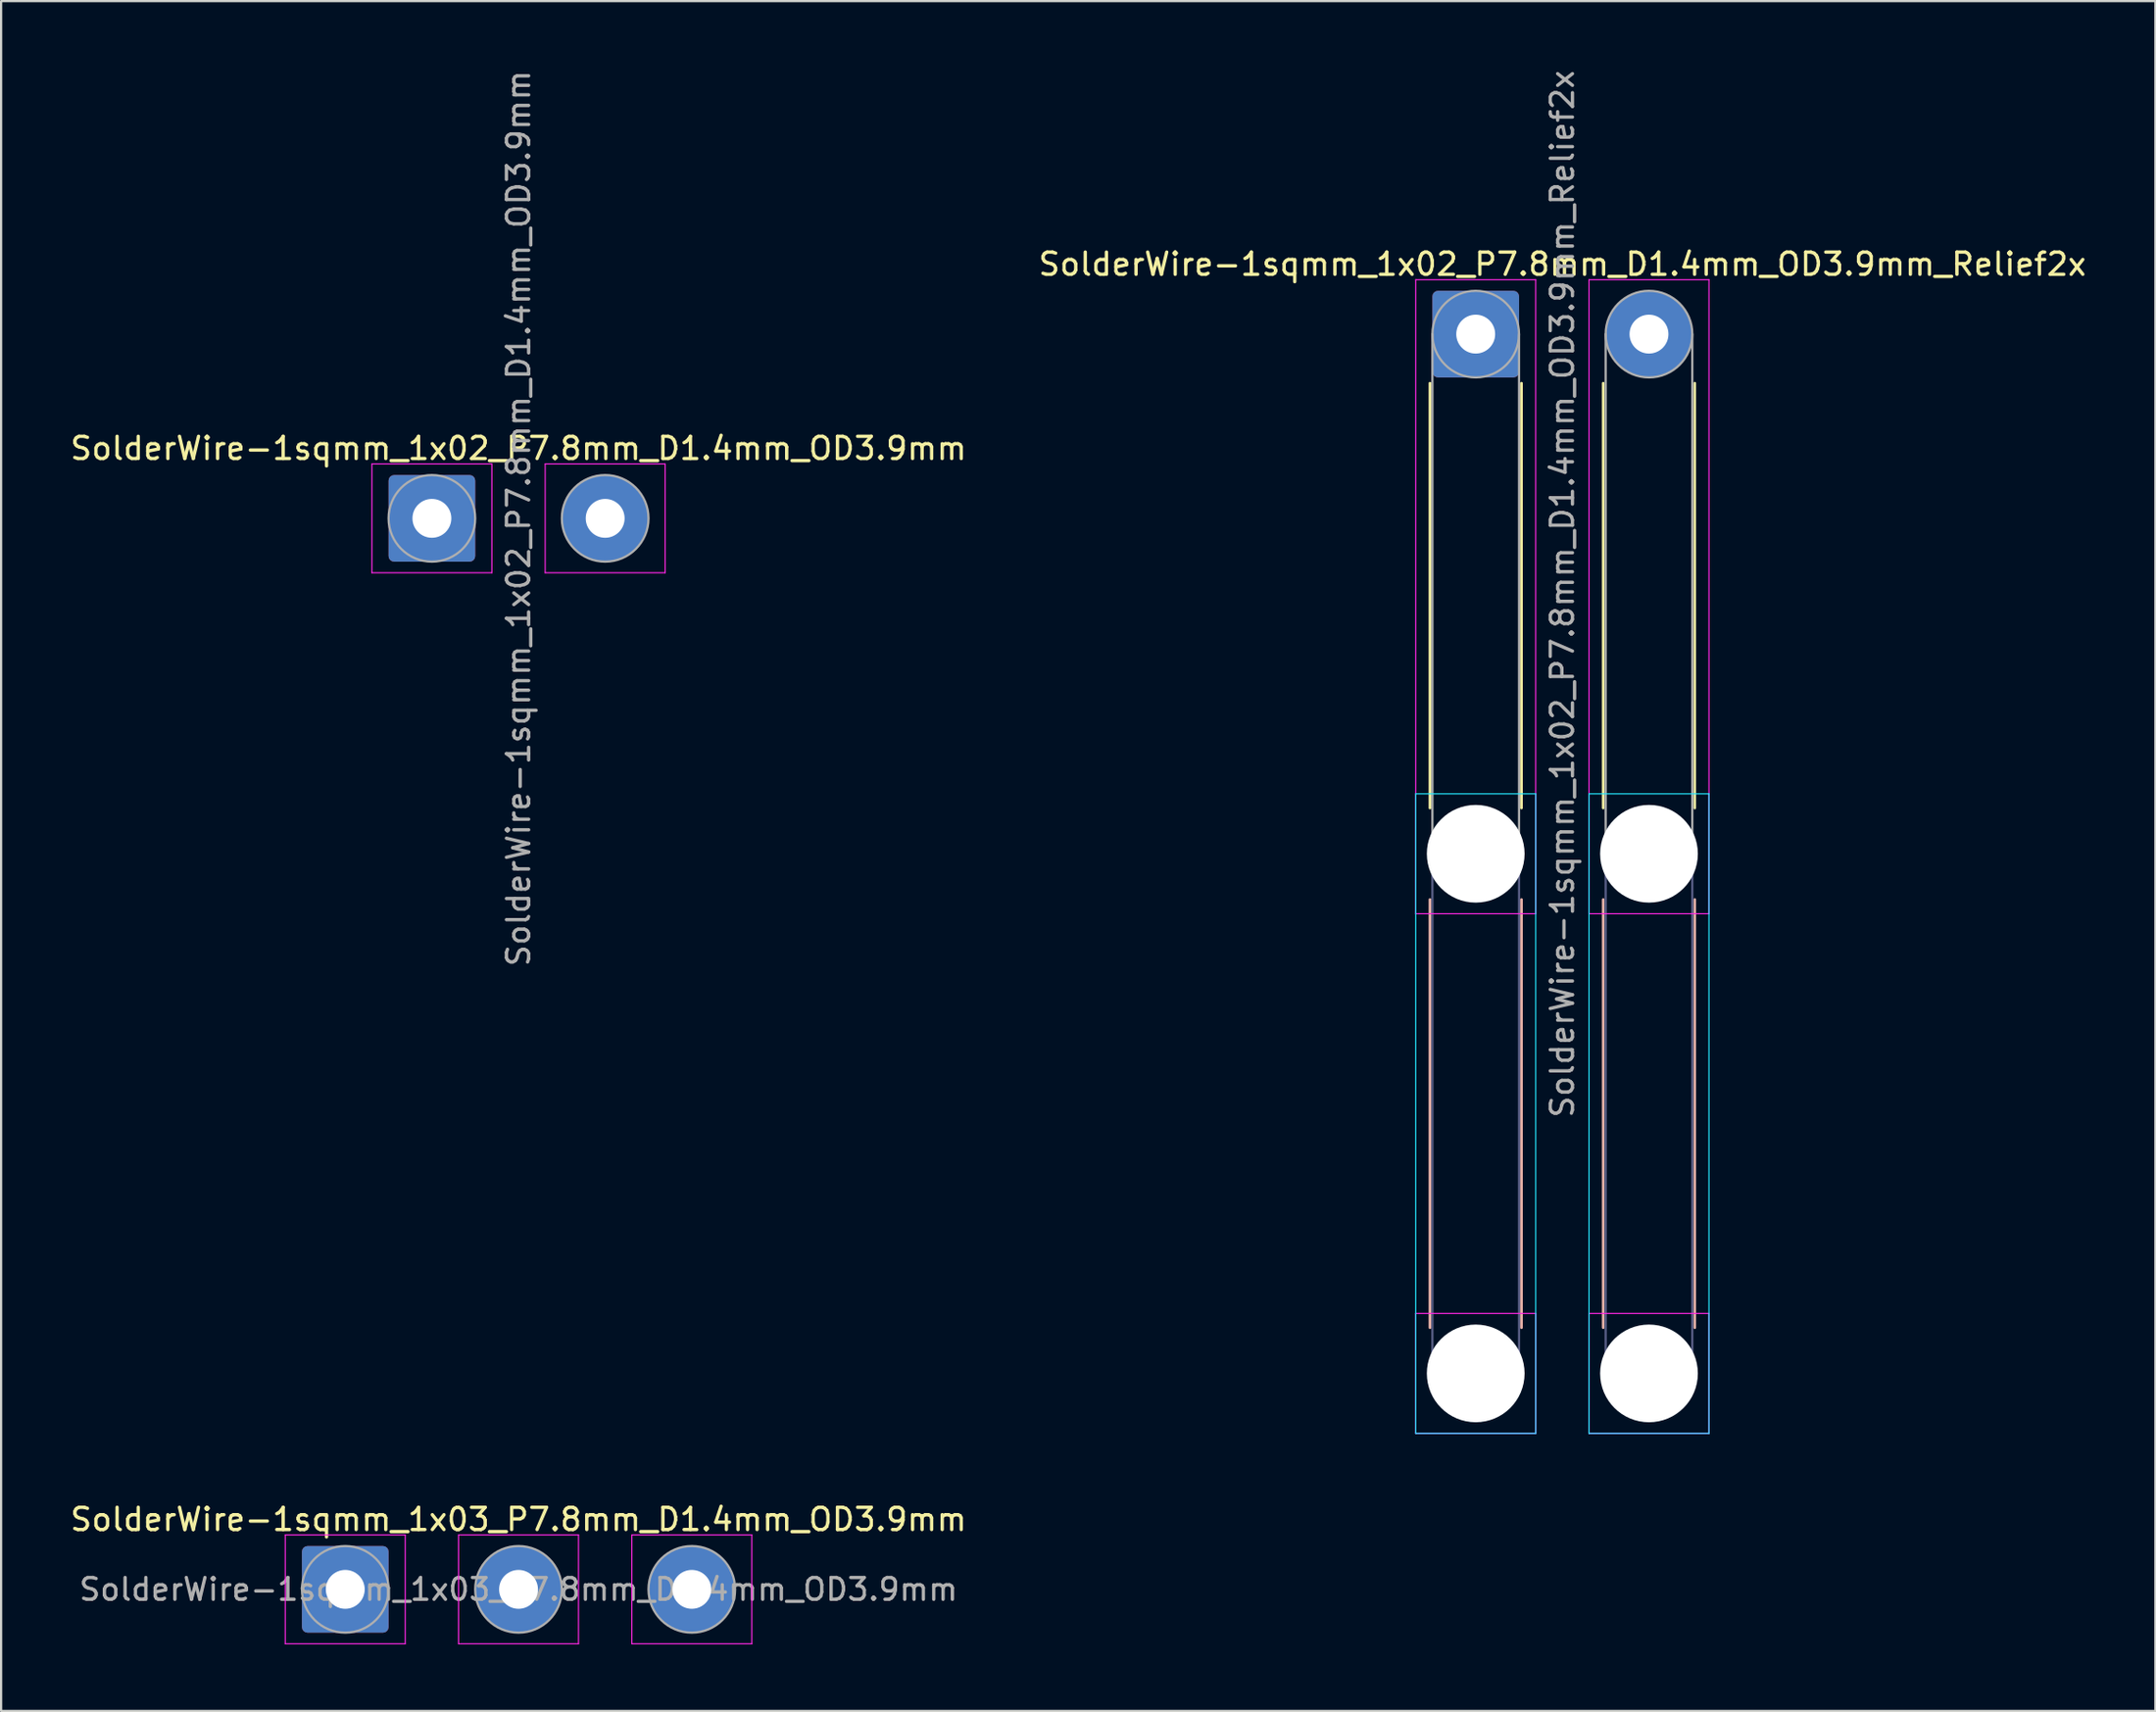
<source format=kicad_pcb>
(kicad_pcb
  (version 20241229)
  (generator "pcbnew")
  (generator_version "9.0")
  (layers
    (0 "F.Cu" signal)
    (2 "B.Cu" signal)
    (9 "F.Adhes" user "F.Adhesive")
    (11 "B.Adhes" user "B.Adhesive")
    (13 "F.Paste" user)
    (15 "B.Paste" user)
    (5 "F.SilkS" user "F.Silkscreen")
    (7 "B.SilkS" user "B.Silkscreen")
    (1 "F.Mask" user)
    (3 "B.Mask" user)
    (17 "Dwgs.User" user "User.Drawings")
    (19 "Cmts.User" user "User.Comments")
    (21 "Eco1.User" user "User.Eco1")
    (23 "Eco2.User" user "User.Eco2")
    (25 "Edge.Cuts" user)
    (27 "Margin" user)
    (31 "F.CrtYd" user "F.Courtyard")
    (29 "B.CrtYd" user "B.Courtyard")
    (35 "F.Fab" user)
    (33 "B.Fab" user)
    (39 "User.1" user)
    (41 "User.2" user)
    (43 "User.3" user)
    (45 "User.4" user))
  (footprint "SolderWire-1sqmm_1x03_P7.8mm_D1.4mm_OD3.9mm"
    (layer "F.Cu")
    (at 12.492 68.52)
    (property "Reference" "SolderWire-1sqmm_1x03_P7.8mm_D1.4mm_OD3.9mm" (at 7.8 -3.15 0) (layer "F.SilkS") (effects (font (size 1 1) (thickness 0.15))))
    (attr exclude_from_pos_files exclude_from_bom)
    (fp_line (start -2.7 -2.45) (end -2.7 2.45) (stroke (width 0.05) (type solid)) (layer "F.CrtYd"))
    (fp_line (start -2.7 2.45) (end 2.7 2.45) (stroke (width 0.05) (type solid)) (layer "F.CrtYd"))
    (fp_line (start 2.7 -2.45) (end -2.7 -2.45) (stroke (width 0.05) (type solid)) (layer "F.CrtYd"))
    (fp_line (start 2.7 2.45) (end 2.7 -2.45) (stroke (width 0.05) (type solid)) (layer "F.CrtYd"))
    (fp_line (start 5.1 -2.45) (end 5.1 2.45) (stroke (width 0.05) (type solid)) (layer "F.CrtYd"))
    (fp_line (start 5.1 2.45) (end 10.5 2.45) (stroke (width 0.05) (type solid)) (layer "F.CrtYd"))
    (fp_line (start 10.5 -2.45) (end 5.1 -2.45) (stroke (width 0.05) (type solid)) (layer "F.CrtYd"))
    (fp_line (start 10.5 2.45) (end 10.5 -2.45) (stroke (width 0.05) (type solid)) (layer "F.CrtYd"))
    (fp_line (start 12.9 -2.45) (end 12.9 2.45) (stroke (width 0.05) (type solid)) (layer "F.CrtYd"))
    (fp_line (start 12.9 2.45) (end 18.3 2.45) (stroke (width 0.05) (type solid)) (layer "F.CrtYd"))
    (fp_line (start 18.3 -2.45) (end 12.9 -2.45) (stroke (width 0.05) (type solid)) (layer "F.CrtYd"))
    (fp_line (start 18.3 2.45) (end 18.3 -2.45) (stroke (width 0.05) (type solid)) (layer "F.CrtYd"))
    (fp_circle (center 0 0) (end 1.95 0) (stroke (width 0.1) (type solid)) (fill no) (layer "F.Fab"))
    (fp_circle (center 7.8 0) (end 9.75 0) (stroke (width 0.1) (type solid)) (fill no) (layer "F.Fab"))
    (fp_circle (center 15.6 0) (end 17.55 0) (stroke (width 0.1) (type solid)) (fill no) (layer "F.Fab"))
    (fp_text user "${REFERENCE}" (at 7.8 0 0) (layer "F.Fab") (effects (font (size 0.98 0.98) (thickness 0.15))))
    (pad "1" thru_hole roundrect (at 0 0) (size 3.9 3.9) (drill 1.75) (layers "*.Cu" "*.Mask") (roundrect_rratio 0.064))
    (pad "2" thru_hole circle (at 7.8 0) (size 3.9 3.9) (drill 1.75) (layers "*.Cu" "*.Mask"))
    (pad "3" thru_hole circle (at 15.6 0) (size 3.9 3.9) (drill 1.75) (layers "*.Cu" "*.Mask")))
  (footprint "SolderWire-1sqmm_1x02_P7.8mm_D1.4mm_OD3.9mm_Relief2x"
    (layer "F.Cu")
    (at 63.38 11.996)
    (property "Reference" "SolderWire-1sqmm_1x02_P7.8mm_D1.4mm_OD3.9mm_Relief2x" (at 3.9 -3.15 0) (layer "F.SilkS") (effects (font (size 1 1) (thickness 0.15))))
    (attr exclude_from_pos_files exclude_from_bom)
    (fp_line (start -2.06 2.21) (end -2.06 21.34) (stroke (width 0.12) (type solid)) (layer "F.SilkS"))
    (fp_line (start 2.06 2.21) (end 2.06 21.34) (stroke (width 0.12) (type solid)) (layer "F.SilkS"))
    (fp_line (start 5.74 2.21) (end 5.74 21.34) (stroke (width 0.12) (type solid)) (layer "F.SilkS"))
    (fp_line (start 9.86 2.21) (end 9.86 21.34) (stroke (width 0.12) (type solid)) (layer "F.SilkS"))
    (fp_line (start -2.06 25.46) (end -2.06 44.74) (stroke (width 0.12) (type solid)) (layer "B.SilkS"))
    (fp_line (start 2.06 25.46) (end 2.06 44.74) (stroke (width 0.12) (type solid)) (layer "B.SilkS"))
    (fp_line (start 5.74 25.46) (end 5.74 44.74) (stroke (width 0.12) (type solid)) (layer "B.SilkS"))
    (fp_line (start 9.86 25.46) (end 9.86 44.74) (stroke (width 0.12) (type solid)) (layer "B.SilkS"))
    (fp_line (start -2.7 20.7) (end -2.7 49.5) (stroke (width 0.05) (type solid)) (layer "B.CrtYd"))
    (fp_line (start -2.7 49.5) (end 2.7 49.5) (stroke (width 0.05) (type solid)) (layer "B.CrtYd"))
    (fp_line (start 2.7 20.7) (end -2.7 20.7) (stroke (width 0.05) (type solid)) (layer "B.CrtYd"))
    (fp_line (start 2.7 49.5) (end 2.7 20.7) (stroke (width 0.05) (type solid)) (layer "B.CrtYd"))
    (fp_line (start 5.1 20.7) (end 5.1 49.5) (stroke (width 0.05) (type solid)) (layer "B.CrtYd"))
    (fp_line (start 5.1 49.5) (end 10.5 49.5) (stroke (width 0.05) (type solid)) (layer "B.CrtYd"))
    (fp_line (start 10.5 20.7) (end 5.1 20.7) (stroke (width 0.05) (type solid)) (layer "B.CrtYd"))
    (fp_line (start 10.5 49.5) (end 10.5 20.7) (stroke (width 0.05) (type solid)) (layer "B.CrtYd"))
    (fp_line (start -2.7 -2.45) (end -2.7 26.1) (stroke (width 0.05) (type solid)) (layer "F.CrtYd"))
    (fp_line (start -2.7 26.1) (end 2.7 26.1) (stroke (width 0.05) (type solid)) (layer "F.CrtYd"))
    (fp_line (start -2.7 44.1) (end -2.7 49.5) (stroke (width 0.05) (type solid)) (layer "F.CrtYd"))
    (fp_line (start -2.7 49.5) (end 2.7 49.5) (stroke (width 0.05) (type solid)) (layer "F.CrtYd"))
    (fp_line (start 2.7 -2.45) (end -2.7 -2.45) (stroke (width 0.05) (type solid)) (layer "F.CrtYd"))
    (fp_line (start 2.7 26.1) (end 2.7 -2.45) (stroke (width 0.05) (type solid)) (layer "F.CrtYd"))
    (fp_line (start 2.7 44.1) (end -2.7 44.1) (stroke (width 0.05) (type solid)) (layer "F.CrtYd"))
    (fp_line (start 2.7 49.5) (end 2.7 44.1) (stroke (width 0.05) (type solid)) (layer "F.CrtYd"))
    (fp_line (start 5.1 -2.45) (end 5.1 26.1) (stroke (width 0.05) (type solid)) (layer "F.CrtYd"))
    (fp_line (start 5.1 26.1) (end 10.5 26.1) (stroke (width 0.05) (type solid)) (layer "F.CrtYd"))
    (fp_line (start 5.1 44.1) (end 5.1 49.5) (stroke (width 0.05) (type solid)) (layer "F.CrtYd"))
    (fp_line (start 5.1 49.5) (end 10.5 49.5) (stroke (width 0.05) (type solid)) (layer "F.CrtYd"))
    (fp_line (start 10.5 -2.45) (end 5.1 -2.45) (stroke (width 0.05) (type solid)) (layer "F.CrtYd"))
    (fp_line (start 10.5 26.1) (end 10.5 -2.45) (stroke (width 0.05) (type solid)) (layer "F.CrtYd"))
    (fp_line (start 10.5 44.1) (end 5.1 44.1) (stroke (width 0.05) (type solid)) (layer "F.CrtYd"))
    (fp_line (start 10.5 49.5) (end 10.5 44.1) (stroke (width 0.05) (type solid)) (layer "F.CrtYd"))
    (fp_line (start -1.95 23.4) (end -1.95 46.8) (stroke (width 0.1) (type solid)) (layer "B.Fab"))
    (fp_line (start 1.95 23.4) (end 1.95 46.8) (stroke (width 0.1) (type solid)) (layer "B.Fab"))
    (fp_line (start 5.85 23.4) (end 5.85 46.8) (stroke (width 0.1) (type solid)) (layer "B.Fab"))
    (fp_line (start 9.75 23.4) (end 9.75 46.8) (stroke (width 0.1) (type solid)) (layer "B.Fab"))
    (fp_circle (center 0 23.4) (end 1.95 23.4) (stroke (width 0.1) (type solid)) (fill no) (layer "B.Fab"))
    (fp_circle (center 0 46.8) (end 1.95 46.8) (stroke (width 0.1) (type solid)) (fill no) (layer "B.Fab"))
    (fp_circle (center 7.8 23.4) (end 9.75 23.4) (stroke (width 0.1) (type solid)) (fill no) (layer "B.Fab"))
    (fp_circle (center 7.8 46.8) (end 9.75 46.8) (stroke (width 0.1) (type solid)) (fill no) (layer "B.Fab"))
    (fp_line (start -1.95 0) (end -1.95 23.4) (stroke (width 0.1) (type solid)) (layer "F.Fab"))
    (fp_line (start 1.95 0) (end 1.95 23.4) (stroke (width 0.1) (type solid)) (layer "F.Fab"))
    (fp_line (start 5.85 0) (end 5.85 23.4) (stroke (width 0.1) (type solid)) (layer "F.Fab"))
    (fp_line (start 9.75 0) (end 9.75 23.4) (stroke (width 0.1) (type solid)) (layer "F.Fab"))
    (fp_circle (center 0 0) (end 1.95 0) (stroke (width 0.1) (type solid)) (fill no) (layer "F.Fab"))
    (fp_circle (center 0 23.4) (end 1.95 23.4) (stroke (width 0.1) (type solid)) (fill no) (layer "F.Fab"))
    (fp_circle (center 0 46.8) (end 1.95 46.8) (stroke (width 0.1) (type solid)) (fill no) (layer "F.Fab"))
    (fp_circle (center 7.8 0) (end 9.75 0) (stroke (width 0.1) (type solid)) (fill no) (layer "F.Fab"))
    (fp_circle (center 7.8 23.4) (end 9.75 23.4) (stroke (width 0.1) (type solid)) (fill no) (layer "F.Fab"))
    (fp_circle (center 7.8 46.8) (end 9.75 46.8) (stroke (width 0.1) (type solid)) (fill no) (layer "F.Fab"))
    (fp_text user "${REFERENCE}" (at 3.9 11.7 90) (layer "F.Fab") (effects (font (size 1 1) (thickness 0.15))))
    (pad "" np_thru_hole circle (at 0 23.4) (size 4.4 4.4) (drill 4.4) (layers "*.Cu" "*.Mask"))
    (pad "" np_thru_hole circle (at 0 46.8) (size 4.4 4.4) (drill 4.4) (layers "*.Cu" "*.Mask"))
    (pad "" np_thru_hole circle (at 7.8 23.4) (size 4.4 4.4) (drill 4.4) (layers "*.Cu" "*.Mask"))
    (pad "" np_thru_hole circle (at 7.8 46.8) (size 4.4 4.4) (drill 4.4) (layers "*.Cu" "*.Mask"))
    (pad "1" thru_hole roundrect (at 0 0) (size 3.9 3.9) (drill 1.75) (layers "*.Cu" "*.Mask") (roundrect_rratio 0.064))
    (pad "2" thru_hole circle (at 7.8 0) (size 3.9 3.9) (drill 1.75) (layers "*.Cu" "*.Mask")))
  (footprint "SolderWire-1sqmm_1x02_P7.8mm_D1.4mm_OD3.9mm"
    (layer "F.Cu")
    (at 16.392 20.292)
    (property "Reference" "SolderWire-1sqmm_1x02_P7.8mm_D1.4mm_OD3.9mm" (at 3.9 -3.15 0) (layer "F.SilkS") (effects (font (size 1 1) (thickness 0.15))))
    (attr exclude_from_pos_files exclude_from_bom)
    (fp_line (start -2.7 -2.45) (end -2.7 2.45) (stroke (width 0.05) (type solid)) (layer "F.CrtYd"))
    (fp_line (start -2.7 2.45) (end 2.7 2.45) (stroke (width 0.05) (type solid)) (layer "F.CrtYd"))
    (fp_line (start 2.7 -2.45) (end -2.7 -2.45) (stroke (width 0.05) (type solid)) (layer "F.CrtYd"))
    (fp_line (start 2.7 2.45) (end 2.7 -2.45) (stroke (width 0.05) (type solid)) (layer "F.CrtYd"))
    (fp_line (start 5.1 -2.45) (end 5.1 2.45) (stroke (width 0.05) (type solid)) (layer "F.CrtYd"))
    (fp_line (start 5.1 2.45) (end 10.5 2.45) (stroke (width 0.05) (type solid)) (layer "F.CrtYd"))
    (fp_line (start 10.5 -2.45) (end 5.1 -2.45) (stroke (width 0.05) (type solid)) (layer "F.CrtYd"))
    (fp_line (start 10.5 2.45) (end 10.5 -2.45) (stroke (width 0.05) (type solid)) (layer "F.CrtYd"))
    (fp_circle (center 0 0) (end 1.95 0) (stroke (width 0.1) (type solid)) (fill no) (layer "F.Fab"))
    (fp_circle (center 7.8 0) (end 9.75 0) (stroke (width 0.1) (type solid)) (fill no) (layer "F.Fab"))
    (fp_text user "${REFERENCE}" (at 3.9 0 90) (layer "F.Fab") (effects (font (size 1 1) (thickness 0.15))))
    (pad "1" thru_hole roundrect (at 0 0) (size 3.9 3.9) (drill 1.75) (layers "*.Cu" "*.Mask") (roundrect_rratio 0.064))
    (pad "2" thru_hole circle (at 7.8 0) (size 3.9 3.9) (drill 1.75) (layers "*.Cu" "*.Mask")))
  (gr_rect
    (start -3 -3)
    (end 93.976 73.995)
    (stroke (width 0.1) (type default))
    (fill no)
    (layer "Edge.Cuts")))
</source>
